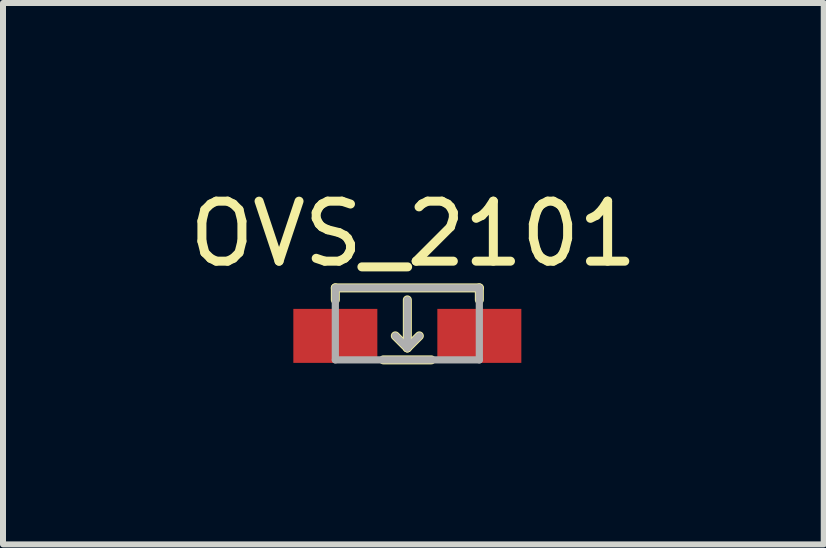
<source format=kicad_pcb>
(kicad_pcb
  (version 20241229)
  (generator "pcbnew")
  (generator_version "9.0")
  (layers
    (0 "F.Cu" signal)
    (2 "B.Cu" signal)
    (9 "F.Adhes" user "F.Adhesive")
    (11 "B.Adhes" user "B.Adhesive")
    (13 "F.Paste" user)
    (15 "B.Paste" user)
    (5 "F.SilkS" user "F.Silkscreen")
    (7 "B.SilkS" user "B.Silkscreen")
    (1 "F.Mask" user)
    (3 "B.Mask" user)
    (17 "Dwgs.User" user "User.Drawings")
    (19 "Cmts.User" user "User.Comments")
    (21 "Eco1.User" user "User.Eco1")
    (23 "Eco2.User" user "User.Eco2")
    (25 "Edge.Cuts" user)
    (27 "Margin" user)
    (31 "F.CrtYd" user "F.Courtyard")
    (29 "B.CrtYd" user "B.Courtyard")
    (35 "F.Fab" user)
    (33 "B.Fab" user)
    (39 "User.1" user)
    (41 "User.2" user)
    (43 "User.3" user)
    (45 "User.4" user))
  (footprint "OVS_2101"
    (layer "F.Cu")
    (at 3.739 2.548)
    (property "Reference" "OVS_2101" (at 0.1 -1.7 0) (layer "F.SilkS") (effects (font (size 1 1) (thickness 0.15))))
    (attr through_hole)
    (fp_line (start -1.2 -0.8) (end -1.2 -0.6) (stroke (width 0.15) (type solid)) (layer "F.SilkS"))
    (fp_line (start -1.2 -0.8) (end 1.2 -0.8) (stroke (width 0.15) (type solid)) (layer "F.SilkS"))
    (fp_line (start -0.4 0.4) (end 0.4 0.4) (stroke (width 0.15) (type solid)) (layer "F.SilkS"))
    (fp_line (start 0 -0.6) (end 0 0.2) (stroke (width 0.15) (type solid)) (layer "F.SilkS"))
    (fp_line (start 0 0.2) (end -0.2 0) (stroke (width 0.15) (type solid)) (layer "F.SilkS"))
    (fp_line (start 0 0.2) (end 0.2 0) (stroke (width 0.15) (type solid)) (layer "F.SilkS"))
    (fp_line (start 1.2 -0.8) (end 1.2 -0.6) (stroke (width 0.15) (type solid)) (layer "F.SilkS"))
    (fp_line (start -1.2 -0.8) (end -1.2 0.4) (stroke (width 0.12) (type solid)) (layer "F.Fab"))
    (fp_line (start -1.2 0.4) (end 1.2 0.4) (stroke (width 0.12) (type solid)) (layer "F.Fab"))
    (fp_line (start 0 -0.6) (end 0 0.2) (stroke (width 0.12) (type solid)) (layer "F.Fab"))
    (fp_line (start 0 0.2) (end -0.2 0) (stroke (width 0.12) (type solid)) (layer "F.Fab"))
    (fp_line (start 0 0.2) (end 0.2 0) (stroke (width 0.12) (type solid)) (layer "F.Fab"))
    (fp_line (start 1.2 -0.8) (end -1.2 -0.8) (stroke (width 0.12) (type solid)) (layer "F.Fab"))
    (fp_line (start 1.2 0.4) (end 1.2 -0.8) (stroke (width 0.12) (type solid)) (layer "F.Fab"))
    (pad "1" smd rect (at -1.2 0) (size 1.4 0.9) (layers "F.Cu" "F.Mask" "F.Paste"))
    (pad "2" smd rect (at 1.2 0) (size 1.4 0.9) (layers "F.Cu" "F.Mask" "F.Paste")))
  (gr_rect
    (start -3 -3)
    (end 10.679 6.023)
    (stroke (width 0.1) (type default))
    (fill no)
    (layer "Edge.Cuts")))
</source>
